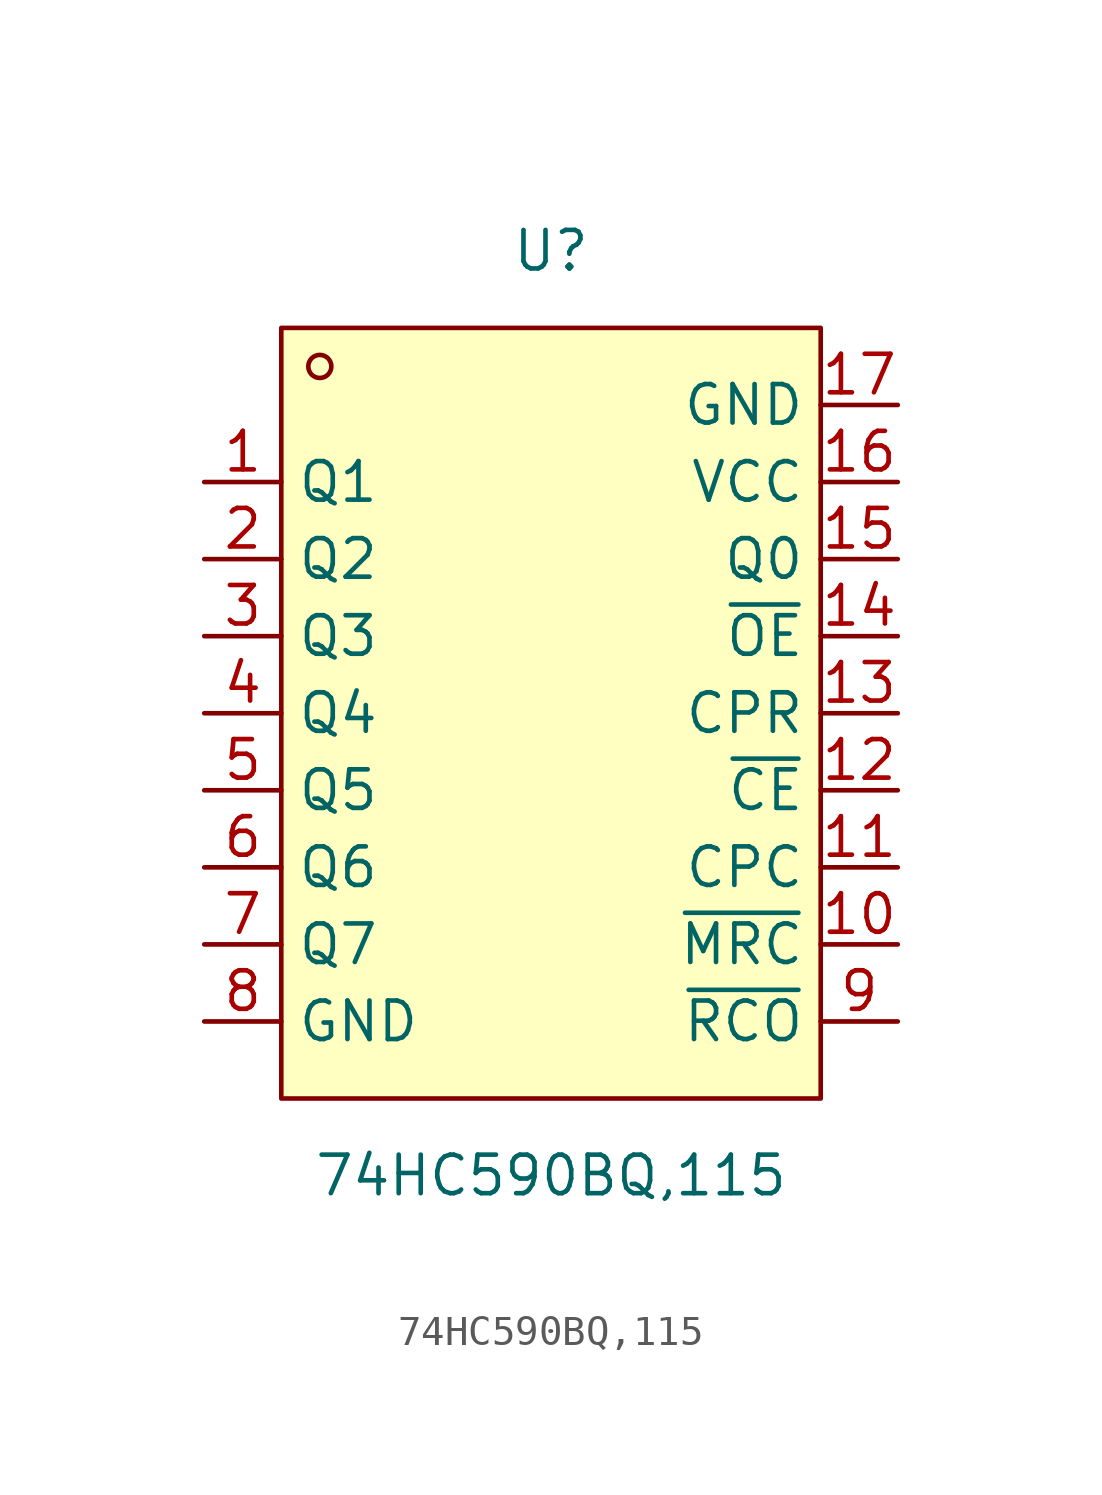
<source format=kicad_sym>
(kicad_symbol_lib
  (version 20211014)
  (generator https://github.com/uPesy/easyeda2kicad.py)
  (symbol "74HC590BQ,115"
    (property "Reference" "U"
      (at 0 15.24 0)
      (effects (font (size 1.27 1.27))))
    (property "Value" "74HC590BQ,115"
      (at 0 -15.24 0)
      (effects (font (size 1.27 1.27))))
    (symbol "74HC590BQ,115_0_1"
      (rectangle (start -8.89 12.70) (end 8.89 -12.70) (stroke (width 0) (type default) (color 0 0 0 0)) (fill (type background)))
      (circle (center -7.62 11.43) (radius 0.38) (stroke (width 0) (type default) (color 0 0 0 0)) (fill (type none)))
      (pin unspecified line (at -11.43 7.62 0) (length 2.54) (name "Q1" (effects (font (size 1.27 1.27)))) (number "1" (effects (font (size 1.27 1.27)))))
      (pin unspecified line (at -11.43 5.08 0) (length 2.54) (name "Q2" (effects (font (size 1.27 1.27)))) (number "2" (effects (font (size 1.27 1.27)))))
      (pin unspecified line (at -11.43 2.54 0) (length 2.54) (name "Q3" (effects (font (size 1.27 1.27)))) (number "3" (effects (font (size 1.27 1.27)))))
      (pin unspecified line (at -11.43 -0.00 0) (length 2.54) (name "Q4" (effects (font (size 1.27 1.27)))) (number "4" (effects (font (size 1.27 1.27)))))
      (pin unspecified line (at -11.43 -2.54 0) (length 2.54) (name "Q5" (effects (font (size 1.27 1.27)))) (number "5" (effects (font (size 1.27 1.27)))))
      (pin unspecified line (at -11.43 -5.08 0) (length 2.54) (name "Q6" (effects (font (size 1.27 1.27)))) (number "6" (effects (font (size 1.27 1.27)))))
      (pin unspecified line (at -11.43 -7.62 0) (length 2.54) (name "Q7" (effects (font (size 1.27 1.27)))) (number "7" (effects (font (size 1.27 1.27)))))
      (pin unspecified line (at -11.43 -10.16 0) (length 2.54) (name "GND" (effects (font (size 1.27 1.27)))) (number "8" (effects (font (size 1.27 1.27)))))
      (pin unspecified line (at 11.43 -10.16 180) (length 2.54) (name "~{RCO}" (effects (font (size 1.27 1.27)))) (number "9" (effects (font (size 1.27 1.27)))))
      (pin unspecified line (at 11.43 -7.62 180) (length 2.54) (name "~{MRC}" (effects (font (size 1.27 1.27)))) (number "10" (effects (font (size 1.27 1.27)))))
      (pin unspecified line (at 11.43 -5.08 180) (length 2.54) (name "CPC" (effects (font (size 1.27 1.27)))) (number "11" (effects (font (size 1.27 1.27)))))
      (pin unspecified line (at 11.43 -2.54 180) (length 2.54) (name "~{CE}" (effects (font (size 1.27 1.27)))) (number "12" (effects (font (size 1.27 1.27)))))
      (pin unspecified line (at 11.43 -0.00 180) (length 2.54) (name "CPR" (effects (font (size 1.27 1.27)))) (number "13" (effects (font (size 1.27 1.27)))))
      (pin unspecified line (at 11.43 2.54 180) (length 2.54) (name "~{OE}" (effects (font (size 1.27 1.27)))) (number "14" (effects (font (size 1.27 1.27)))))
      (pin unspecified line (at 11.43 5.08 180) (length 2.54) (name "Q0" (effects (font (size 1.27 1.27)))) (number "15" (effects (font (size 1.27 1.27)))))
      (pin unspecified line (at 11.43 7.62 180) (length 2.54) (name "VCC" (effects (font (size 1.27 1.27)))) (number "16" (effects (font (size 1.27 1.27)))))
      (pin unspecified line (at 11.43 10.16 180) (length 2.54) (name "GND" (effects (font (size 1.27 1.27)))) (number "17" (effects (font (size 1.27 1.27))))))))
</source>
